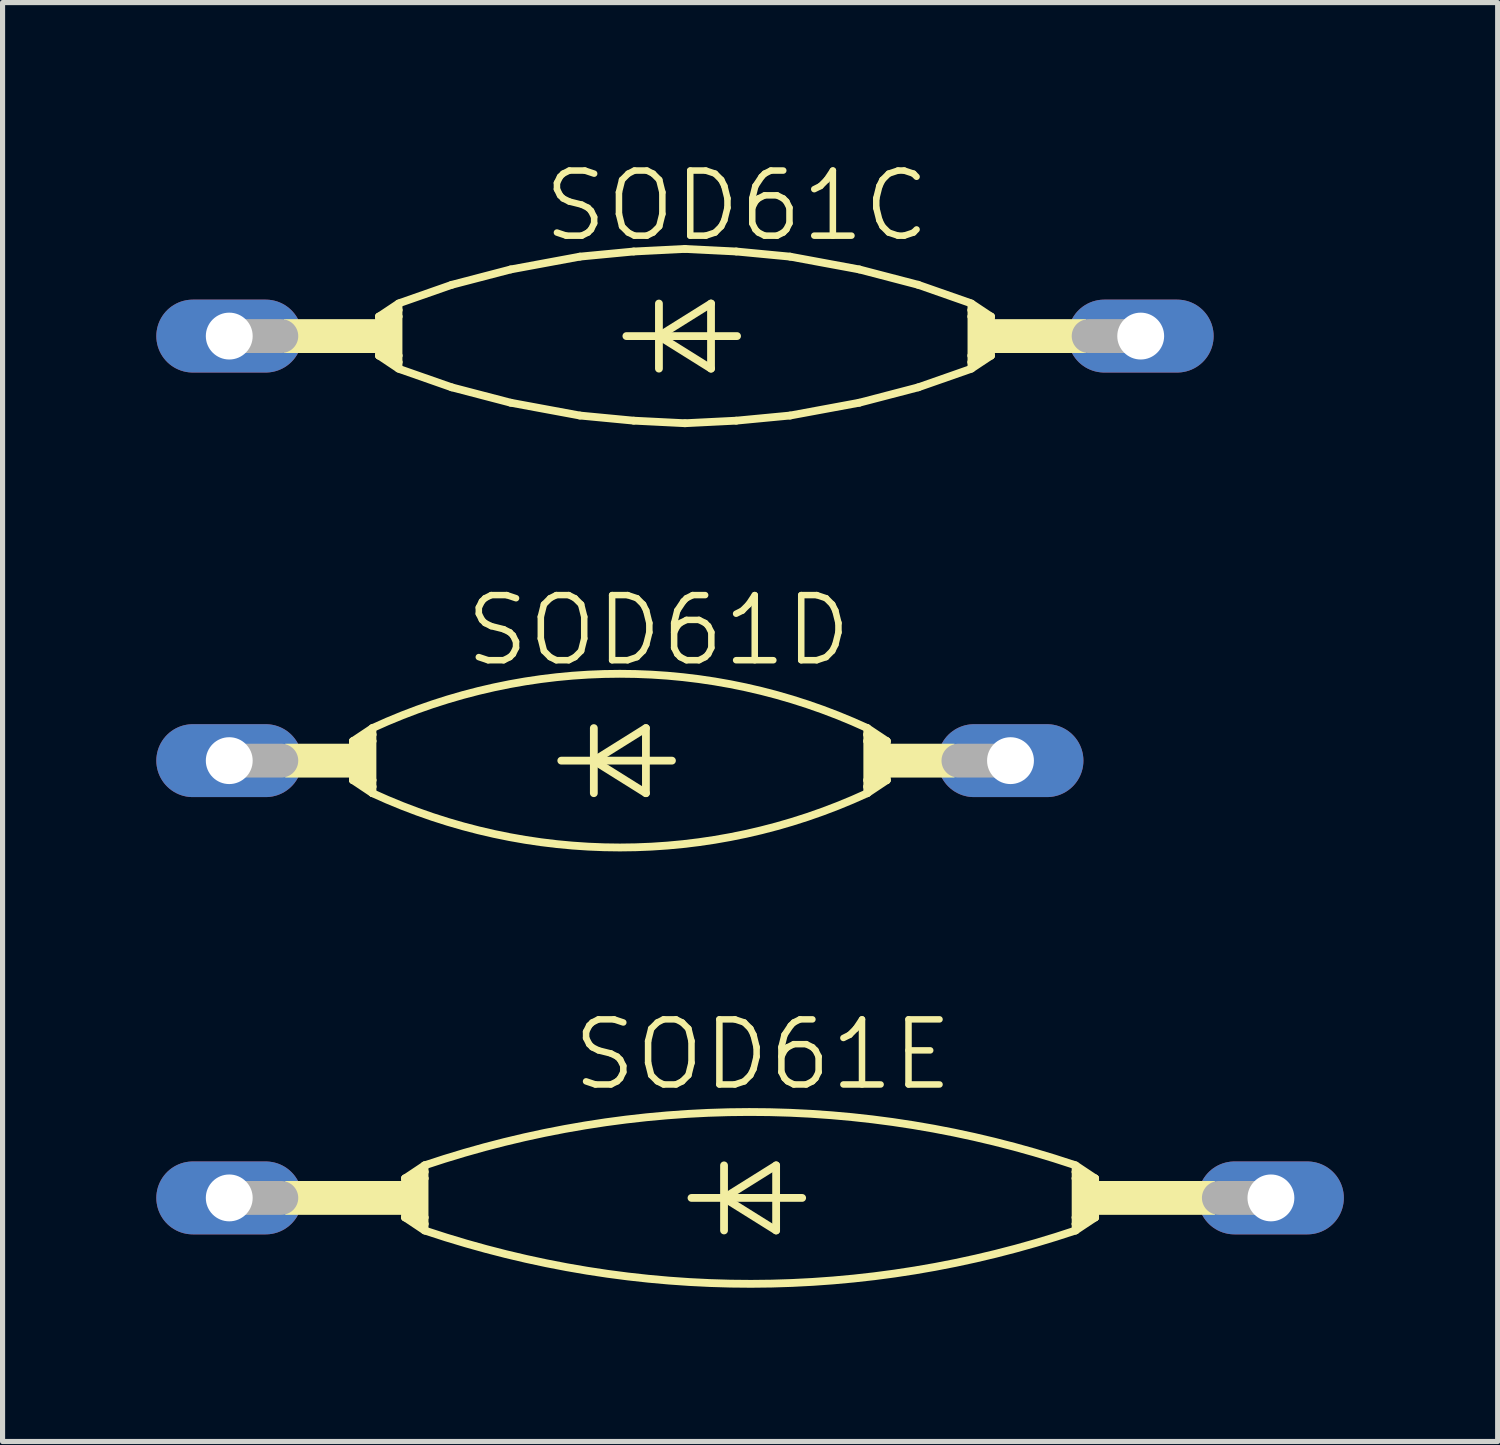
<source format=kicad_pcb>
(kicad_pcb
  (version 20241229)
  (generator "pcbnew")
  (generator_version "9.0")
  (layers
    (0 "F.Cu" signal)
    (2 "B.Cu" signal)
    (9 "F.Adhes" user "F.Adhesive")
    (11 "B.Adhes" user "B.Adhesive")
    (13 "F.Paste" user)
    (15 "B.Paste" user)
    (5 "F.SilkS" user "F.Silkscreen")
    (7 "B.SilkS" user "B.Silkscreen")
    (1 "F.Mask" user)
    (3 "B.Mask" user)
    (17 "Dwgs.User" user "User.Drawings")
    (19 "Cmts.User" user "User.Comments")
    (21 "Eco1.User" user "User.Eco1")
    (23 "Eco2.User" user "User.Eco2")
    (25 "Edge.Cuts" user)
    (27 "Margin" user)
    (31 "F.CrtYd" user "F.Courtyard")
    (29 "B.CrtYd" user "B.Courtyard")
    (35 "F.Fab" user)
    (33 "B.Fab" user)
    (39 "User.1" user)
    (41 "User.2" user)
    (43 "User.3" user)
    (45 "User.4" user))
  (footprint "SOD61C"
    (layer "F.Cu")
    (at 10.312 3.506)
    (property "Reference" "SOD61C" (at 1.01 -2.54 0) (layer "F.SilkS") (effects (font (size 1.27 1.27) (thickness 0.127))))
    (attr through_hole)
    (fp_line (start -5.969 -0.381) (end -5.969 0.381) (stroke (width 0.152) (type solid)) (layer "F.SilkS"))
    (fp_line (start -5.969 -0.381) (end -5.842 -0.381) (stroke (width 0.152) (type solid)) (layer "F.SilkS"))
    (fp_line (start -5.969 0.381) (end -5.842 0.381) (stroke (width 0.152) (type solid)) (layer "F.SilkS"))
    (fp_line (start -5.969 0.381) (end -5.588 0.635) (stroke (width 0.152) (type solid)) (layer "F.SilkS"))
    (fp_line (start -5.842 -0.381) (end -5.588 -0.381) (stroke (width 0.152) (type solid)) (layer "F.SilkS"))
    (fp_line (start -5.842 0.381) (end -5.588 0.381) (stroke (width 0.152) (type solid)) (layer "F.SilkS"))
    (fp_line (start -5.588 -0.635) (end -5.969 -0.381) (stroke (width 0.152) (type solid)) (layer "F.SilkS"))
    (fp_line (start -5.588 -0.635) (end -5.588 -0.508) (stroke (width 0.152) (type solid)) (layer "F.SilkS"))
    (fp_line (start -5.588 -0.508) (end -5.842 -0.381) (stroke (width 0.152) (type solid)) (layer "F.SilkS"))
    (fp_line (start -5.588 -0.508) (end -5.588 -0.381) (stroke (width 0.152) (type solid)) (layer "F.SilkS"))
    (fp_line (start -5.588 -0.381) (end -5.588 0.381) (stroke (width 0.152) (type solid)) (layer "F.SilkS"))
    (fp_line (start -5.588 0.381) (end -5.588 0.508) (stroke (width 0.152) (type solid)) (layer "F.SilkS"))
    (fp_line (start -5.588 0.508) (end -5.842 0.381) (stroke (width 0.152) (type solid)) (layer "F.SilkS"))
    (fp_line (start -5.588 0.508) (end -5.588 0.635) (stroke (width 0.152) (type solid)) (layer "F.SilkS"))
    (fp_line (start -5.55 -0.65) (end -4.55 -1) (stroke (width 0.152) (type solid)) (layer "F.SilkS"))
    (fp_line (start -5.55 0.65) (end -4.55 1) (stroke (width 0.152) (type solid)) (layer "F.SilkS"))
    (fp_line (start -4.55 -1) (end -3.4 -1.3) (stroke (width 0.152) (type solid)) (layer "F.SilkS"))
    (fp_line (start -4.55 1) (end -3.4 1.3) (stroke (width 0.152) (type solid)) (layer "F.SilkS"))
    (fp_line (start -3.4 -1.3) (end -2.05 -1.55) (stroke (width 0.152) (type solid)) (layer "F.SilkS"))
    (fp_line (start -3.4 1.3) (end -2.05 1.55) (stroke (width 0.152) (type solid)) (layer "F.SilkS"))
    (fp_line (start -2.05 -1.55) (end -1 -1.65) (stroke (width 0.152) (type solid)) (layer "F.SilkS"))
    (fp_line (start -2.05 1.55) (end -1 1.65) (stroke (width 0.152) (type solid)) (layer "F.SilkS"))
    (fp_line (start -1.143 0) (end -0.508 0) (stroke (width 0.152) (type solid)) (layer "F.SilkS"))
    (fp_line (start -1 -1.65) (end 0 -1.7) (stroke (width 0.152) (type solid)) (layer "F.SilkS"))
    (fp_line (start -1 1.65) (end 0 1.7) (stroke (width 0.152) (type solid)) (layer "F.SilkS"))
    (fp_line (start -0.508 -0.635) (end -0.508 0) (stroke (width 0.152) (type solid)) (layer "F.SilkS"))
    (fp_line (start -0.508 0) (end -0.508 0.635) (stroke (width 0.152) (type solid)) (layer "F.SilkS"))
    (fp_line (start -0.508 0) (end 0.508 -0.635) (stroke (width 0.152) (type solid)) (layer "F.SilkS"))
    (fp_line (start -0.508 0) (end 1.016 0) (stroke (width 0.152) (type solid)) (layer "F.SilkS"))
    (fp_line (start 0.508 -0.635) (end 0.508 0.635) (stroke (width 0.152) (type solid)) (layer "F.SilkS"))
    (fp_line (start 0.508 0.635) (end -0.508 0) (stroke (width 0.152) (type solid)) (layer "F.SilkS"))
    (fp_line (start 1 -1.65) (end 0 -1.7) (stroke (width 0.152) (type solid)) (layer "F.SilkS"))
    (fp_line (start 1 1.65) (end 0 1.7) (stroke (width 0.152) (type solid)) (layer "F.SilkS"))
    (fp_line (start 2.05 -1.55) (end 1 -1.65) (stroke (width 0.152) (type solid)) (layer "F.SilkS"))
    (fp_line (start 2.05 1.55) (end 1 1.65) (stroke (width 0.152) (type solid)) (layer "F.SilkS"))
    (fp_line (start 3.4 -1.3) (end 2.05 -1.55) (stroke (width 0.152) (type solid)) (layer "F.SilkS"))
    (fp_line (start 3.4 1.3) (end 2.05 1.55) (stroke (width 0.152) (type solid)) (layer "F.SilkS"))
    (fp_line (start 4.55 -1) (end 3.4 -1.3) (stroke (width 0.152) (type solid)) (layer "F.SilkS"))
    (fp_line (start 4.55 1) (end 3.4 1.3) (stroke (width 0.152) (type solid)) (layer "F.SilkS"))
    (fp_line (start 5.55 -0.65) (end 4.55 -1) (stroke (width 0.152) (type solid)) (layer "F.SilkS"))
    (fp_line (start 5.55 0.65) (end 4.55 1) (stroke (width 0.152) (type solid)) (layer "F.SilkS"))
    (fp_line (start 5.588 -0.635) (end 5.969 -0.381) (stroke (width 0.152) (type solid)) (layer "F.SilkS"))
    (fp_line (start 5.588 -0.508) (end 5.588 -0.635) (stroke (width 0.152) (type solid)) (layer "F.SilkS"))
    (fp_line (start 5.588 -0.508) (end 5.842 -0.381) (stroke (width 0.152) (type solid)) (layer "F.SilkS"))
    (fp_line (start 5.588 -0.381) (end 5.588 -0.508) (stroke (width 0.152) (type solid)) (layer "F.SilkS"))
    (fp_line (start 5.588 0.381) (end 5.588 -0.381) (stroke (width 0.152) (type solid)) (layer "F.SilkS"))
    (fp_line (start 5.588 0.508) (end 5.588 0.381) (stroke (width 0.152) (type solid)) (layer "F.SilkS"))
    (fp_line (start 5.588 0.508) (end 5.842 0.381) (stroke (width 0.152) (type solid)) (layer "F.SilkS"))
    (fp_line (start 5.588 0.635) (end 5.588 0.508) (stroke (width 0.152) (type solid)) (layer "F.SilkS"))
    (fp_line (start 5.588 0.635) (end 5.969 0.381) (stroke (width 0.152) (type solid)) (layer "F.SilkS"))
    (fp_line (start 5.842 -0.381) (end 5.588 -0.381) (stroke (width 0.152) (type solid)) (layer "F.SilkS"))
    (fp_line (start 5.842 0.381) (end 5.588 0.381) (stroke (width 0.152) (type solid)) (layer "F.SilkS"))
    (fp_line (start 5.969 -0.381) (end 5.842 -0.381) (stroke (width 0.152) (type solid)) (layer "F.SilkS"))
    (fp_line (start 5.969 -0.381) (end 5.969 0.381) (stroke (width 0.152) (type solid)) (layer "F.SilkS"))
    (fp_line (start 5.969 0.381) (end 5.842 0.381) (stroke (width 0.152) (type solid)) (layer "F.SilkS"))
    (fp_poly (pts (xy -7.823 -0.33) (xy -5.969 -0.33) (xy -5.969 0.33) (xy -7.823 0.33)) (stroke (width 0) (type solid)) (fill yes) (layer "F.SilkS"))
    (fp_poly (pts (xy -5.969 -0.381) (xy -5.588 -0.381) (xy -5.588 0.381) (xy -5.969 0.381)) (stroke (width 0) (type solid)) (fill yes) (layer "F.SilkS"))
    (fp_poly (pts (xy 5.588 -0.381) (xy 5.969 -0.381) (xy 5.969 0.381) (xy 5.588 0.381)) (stroke (width 0) (type solid)) (fill yes) (layer "F.SilkS"))
    (fp_poly (pts (xy 5.969 -0.33) (xy 7.823 -0.33) (xy 7.823 0.33) (xy 5.969 0.33)) (stroke (width 0) (type solid)) (fill yes) (layer "F.SilkS"))
    (fp_line (start -8.89 0) (end -7.874 0) (stroke (width 0.66) (type solid)) (layer "F.Fab"))
    (fp_line (start 8.89 0) (end 7.874 0) (stroke (width 0.66) (type solid)) (layer "F.Fab"))
    (pad "A" thru_hole oval (at 8.89 0) (size 2.845 1.422) (drill 0.914) (layers "*.Cu" "*.Mask"))
    (pad "C" thru_hole oval (at -8.89 0) (size 2.845 1.422) (drill 0.914) (layers "*.Cu" "*.Mask")))
  (footprint "SOD61E"
    (layer "F.Cu")
    (at 11.582 20.318)
    (property "Reference" "SOD61E" (at 0.248 -2.794 0) (layer "F.SilkS") (effects (font (size 1.27 1.27) (thickness 0.127))))
    (attr through_hole)
    (fp_line (start -6.731 -0.381) (end -6.731 0.381) (stroke (width 0.152) (type solid)) (layer "F.SilkS"))
    (fp_line (start -6.731 -0.381) (end -6.604 -0.381) (stroke (width 0.152) (type solid)) (layer "F.SilkS"))
    (fp_line (start -6.731 0.381) (end -6.604 0.381) (stroke (width 0.152) (type solid)) (layer "F.SilkS"))
    (fp_line (start -6.731 0.381) (end -6.35 0.635) (stroke (width 0.152) (type solid)) (layer "F.SilkS"))
    (fp_line (start -6.604 -0.381) (end -6.35 -0.381) (stroke (width 0.152) (type solid)) (layer "F.SilkS"))
    (fp_line (start -6.604 0.381) (end -6.35 0.381) (stroke (width 0.152) (type solid)) (layer "F.SilkS"))
    (fp_line (start -6.35 -0.635) (end -6.731 -0.381) (stroke (width 0.152) (type solid)) (layer "F.SilkS"))
    (fp_line (start -6.35 -0.635) (end -6.35 -0.508) (stroke (width 0.152) (type solid)) (layer "F.SilkS"))
    (fp_line (start -6.35 -0.508) (end -6.604 -0.381) (stroke (width 0.152) (type solid)) (layer "F.SilkS"))
    (fp_line (start -6.35 -0.508) (end -6.35 -0.381) (stroke (width 0.152) (type solid)) (layer "F.SilkS"))
    (fp_line (start -6.35 -0.381) (end -6.35 0.381) (stroke (width 0.152) (type solid)) (layer "F.SilkS"))
    (fp_line (start -6.35 0.381) (end -6.35 0.508) (stroke (width 0.152) (type solid)) (layer "F.SilkS"))
    (fp_line (start -6.35 0.508) (end -6.604 0.381) (stroke (width 0.152) (type solid)) (layer "F.SilkS"))
    (fp_line (start -6.35 0.508) (end -6.35 0.635) (stroke (width 0.152) (type solid)) (layer "F.SilkS"))
    (fp_line (start -1.143 0) (end -0.508 0) (stroke (width 0.152) (type solid)) (layer "F.SilkS"))
    (fp_line (start -0.508 -0.635) (end -0.508 0) (stroke (width 0.152) (type solid)) (layer "F.SilkS"))
    (fp_line (start -0.508 0) (end -0.508 0.635) (stroke (width 0.152) (type solid)) (layer "F.SilkS"))
    (fp_line (start -0.508 0) (end 0.508 -0.635) (stroke (width 0.152) (type solid)) (layer "F.SilkS"))
    (fp_line (start -0.508 0) (end 1.016 0) (stroke (width 0.152) (type solid)) (layer "F.SilkS"))
    (fp_line (start 0.508 -0.635) (end 0.508 0.635) (stroke (width 0.152) (type solid)) (layer "F.SilkS"))
    (fp_line (start 0.508 0.635) (end -0.508 0) (stroke (width 0.152) (type solid)) (layer "F.SilkS"))
    (fp_line (start 6.35 -0.635) (end 6.731 -0.381) (stroke (width 0.152) (type solid)) (layer "F.SilkS"))
    (fp_line (start 6.35 -0.508) (end 6.35 -0.635) (stroke (width 0.152) (type solid)) (layer "F.SilkS"))
    (fp_line (start 6.35 -0.508) (end 6.604 -0.381) (stroke (width 0.152) (type solid)) (layer "F.SilkS"))
    (fp_line (start 6.35 -0.381) (end 6.35 -0.508) (stroke (width 0.152) (type solid)) (layer "F.SilkS"))
    (fp_line (start 6.35 0.381) (end 6.35 -0.381) (stroke (width 0.152) (type solid)) (layer "F.SilkS"))
    (fp_line (start 6.35 0.508) (end 6.35 0.381) (stroke (width 0.152) (type solid)) (layer "F.SilkS"))
    (fp_line (start 6.35 0.508) (end 6.604 0.381) (stroke (width 0.152) (type solid)) (layer "F.SilkS"))
    (fp_line (start 6.35 0.635) (end 6.35 0.508) (stroke (width 0.152) (type solid)) (layer "F.SilkS"))
    (fp_line (start 6.35 0.635) (end 6.731 0.381) (stroke (width 0.152) (type solid)) (layer "F.SilkS"))
    (fp_line (start 6.604 -0.381) (end 6.35 -0.381) (stroke (width 0.152) (type solid)) (layer "F.SilkS"))
    (fp_line (start 6.604 0.381) (end 6.35 0.381) (stroke (width 0.152) (type solid)) (layer "F.SilkS"))
    (fp_line (start 6.731 -0.381) (end 6.604 -0.381) (stroke (width 0.152) (type solid)) (layer "F.SilkS"))
    (fp_line (start 6.731 -0.381) (end 6.731 0.381) (stroke (width 0.152) (type solid)) (layer "F.SilkS"))
    (fp_line (start 6.731 0.381) (end 6.604 0.381) (stroke (width 0.152) (type solid)) (layer "F.SilkS"))
    (fp_arc (start -6.35 -0.635) (mid -0.017883 -1.675992) (end 6.316098 -0.646401) (stroke (width 0.1524) (type solid)) (layer "F.SilkS"))
    (fp_arc (start 6.349998 0.635001) (mid 0.017881 1.675993) (end -6.3161 0.6464) (stroke (width 0.1524) (type solid)) (layer "F.SilkS"))
    (fp_poly (pts (xy -9.068 -0.33) (xy -6.731 -0.33) (xy -6.731 0.33) (xy -9.068 0.33)) (stroke (width 0) (type solid)) (fill yes) (layer "F.SilkS"))
    (fp_poly (pts (xy -6.731 -0.381) (xy -6.35 -0.381) (xy -6.35 0.381) (xy -6.731 0.381)) (stroke (width 0) (type solid)) (fill yes) (layer "F.SilkS"))
    (fp_poly (pts (xy 6.35 -0.381) (xy 6.731 -0.381) (xy 6.731 0.381) (xy 6.35 0.381)) (stroke (width 0) (type solid)) (fill yes) (layer "F.SilkS"))
    (fp_poly (pts (xy 6.731 -0.33) (xy 9.068 -0.33) (xy 9.068 0.33) (xy 6.731 0.33)) (stroke (width 0) (type solid)) (fill yes) (layer "F.SilkS"))
    (fp_line (start -10.16 0) (end -9.144 0) (stroke (width 0.66) (type solid)) (layer "F.Fab"))
    (fp_line (start 10.16 0) (end 9.144 0) (stroke (width 0.66) (type solid)) (layer "F.Fab"))
    (pad "A" thru_hole oval (at 10.16 0) (size 2.845 1.422) (drill 0.914) (layers "*.Cu" "*.Mask"))
    (pad "C" thru_hole oval (at -10.16 0) (size 2.845 1.422) (drill 0.914) (layers "*.Cu" "*.Mask")))
  (footprint "SOD61D"
    (layer "F.Cu")
    (at 9.042 11.788)
    (property "Reference" "SOD61D" (at 0.756 -2.54 0) (layer "F.SilkS") (effects (font (size 1.27 1.27) (thickness 0.127))))
    (attr through_hole)
    (fp_line (start -5.207 -0.381) (end -5.207 0.381) (stroke (width 0.152) (type solid)) (layer "F.SilkS"))
    (fp_line (start -5.207 -0.381) (end -5.08 -0.381) (stroke (width 0.152) (type solid)) (layer "F.SilkS"))
    (fp_line (start -5.207 0.381) (end -5.08 0.381) (stroke (width 0.152) (type solid)) (layer "F.SilkS"))
    (fp_line (start -5.207 0.381) (end -4.826 0.635) (stroke (width 0.152) (type solid)) (layer "F.SilkS"))
    (fp_line (start -5.08 -0.381) (end -4.826 -0.381) (stroke (width 0.152) (type solid)) (layer "F.SilkS"))
    (fp_line (start -5.08 0.381) (end -4.826 0.381) (stroke (width 0.152) (type solid)) (layer "F.SilkS"))
    (fp_line (start -4.826 -0.635) (end -5.207 -0.381) (stroke (width 0.152) (type solid)) (layer "F.SilkS"))
    (fp_line (start -4.826 -0.635) (end -4.826 -0.508) (stroke (width 0.152) (type solid)) (layer "F.SilkS"))
    (fp_line (start -4.826 -0.508) (end -5.08 -0.381) (stroke (width 0.152) (type solid)) (layer "F.SilkS"))
    (fp_line (start -4.826 -0.508) (end -4.826 -0.381) (stroke (width 0.152) (type solid)) (layer "F.SilkS"))
    (fp_line (start -4.826 -0.381) (end -4.826 0.381) (stroke (width 0.152) (type solid)) (layer "F.SilkS"))
    (fp_line (start -4.826 0.381) (end -4.826 0.508) (stroke (width 0.152) (type solid)) (layer "F.SilkS"))
    (fp_line (start -4.826 0.508) (end -5.08 0.381) (stroke (width 0.152) (type solid)) (layer "F.SilkS"))
    (fp_line (start -4.826 0.508) (end -4.826 0.635) (stroke (width 0.152) (type solid)) (layer "F.SilkS"))
    (fp_line (start -1.143 0) (end -0.508 0) (stroke (width 0.152) (type solid)) (layer "F.SilkS"))
    (fp_line (start -0.508 -0.635) (end -0.508 0) (stroke (width 0.152) (type solid)) (layer "F.SilkS"))
    (fp_line (start -0.508 0) (end -0.508 0.635) (stroke (width 0.152) (type solid)) (layer "F.SilkS"))
    (fp_line (start -0.508 0) (end 0.508 -0.635) (stroke (width 0.152) (type solid)) (layer "F.SilkS"))
    (fp_line (start -0.508 0) (end 1.016 0) (stroke (width 0.152) (type solid)) (layer "F.SilkS"))
    (fp_line (start 0.508 -0.635) (end 0.508 0.635) (stroke (width 0.152) (type solid)) (layer "F.SilkS"))
    (fp_line (start 0.508 0.635) (end -0.508 0) (stroke (width 0.152) (type solid)) (layer "F.SilkS"))
    (fp_line (start 4.826 -0.635) (end 5.207 -0.381) (stroke (width 0.152) (type solid)) (layer "F.SilkS"))
    (fp_line (start 4.826 -0.508) (end 4.826 -0.635) (stroke (width 0.152) (type solid)) (layer "F.SilkS"))
    (fp_line (start 4.826 -0.508) (end 5.08 -0.381) (stroke (width 0.152) (type solid)) (layer "F.SilkS"))
    (fp_line (start 4.826 -0.381) (end 4.826 -0.508) (stroke (width 0.152) (type solid)) (layer "F.SilkS"))
    (fp_line (start 4.826 0.381) (end 4.826 -0.381) (stroke (width 0.152) (type solid)) (layer "F.SilkS"))
    (fp_line (start 4.826 0.508) (end 4.826 0.381) (stroke (width 0.152) (type solid)) (layer "F.SilkS"))
    (fp_line (start 4.826 0.508) (end 5.08 0.381) (stroke (width 0.152) (type solid)) (layer "F.SilkS"))
    (fp_line (start 4.826 0.635) (end 4.826 0.508) (stroke (width 0.152) (type solid)) (layer "F.SilkS"))
    (fp_line (start 4.826 0.635) (end 5.207 0.381) (stroke (width 0.152) (type solid)) (layer "F.SilkS"))
    (fp_line (start 5.08 -0.381) (end 4.826 -0.381) (stroke (width 0.152) (type solid)) (layer "F.SilkS"))
    (fp_line (start 5.08 0.381) (end 4.826 0.381) (stroke (width 0.152) (type solid)) (layer "F.SilkS"))
    (fp_line (start 5.207 -0.381) (end 5.08 -0.381) (stroke (width 0.152) (type solid)) (layer "F.SilkS"))
    (fp_line (start 5.207 -0.381) (end 5.207 0.381) (stroke (width 0.152) (type solid)) (layer "F.SilkS"))
    (fp_line (start 5.207 0.381) (end 5.08 0.381) (stroke (width 0.152) (type solid)) (layer "F.SilkS"))
    (fp_arc (start -4.826 -0.635) (mid -0.000333 -1.694199) (end 4.8254 -0.6353) (stroke (width 0.1524) (type solid)) (layer "F.SilkS"))
    (fp_arc (start 4.826001 0.635) (mid 0.000333 1.6942) (end -4.8254 0.6353) (stroke (width 0.1524) (type solid)) (layer "F.SilkS"))
    (fp_poly (pts (xy -6.528 -0.33) (xy -5.207 -0.33) (xy -5.207 0.33) (xy -6.528 0.33)) (stroke (width 0) (type solid)) (fill yes) (layer "F.SilkS"))
    (fp_poly (pts (xy -5.207 -0.381) (xy -4.826 -0.381) (xy -4.826 0.381) (xy -5.207 0.381)) (stroke (width 0) (type solid)) (fill yes) (layer "F.SilkS"))
    (fp_poly (pts (xy 4.826 -0.381) (xy 5.207 -0.381) (xy 5.207 0.381) (xy 4.826 0.381)) (stroke (width 0) (type solid)) (fill yes) (layer "F.SilkS"))
    (fp_poly (pts (xy 5.207 -0.33) (xy 6.528 -0.33) (xy 6.528 0.33) (xy 5.207 0.33)) (stroke (width 0) (type solid)) (fill yes) (layer "F.SilkS"))
    (fp_line (start -7.62 0) (end -6.604 0) (stroke (width 0.66) (type solid)) (layer "F.Fab"))
    (fp_line (start 7.62 0) (end 6.604 0) (stroke (width 0.66) (type solid)) (layer "F.Fab"))
    (pad "A" thru_hole oval (at 7.62 0) (size 2.845 1.422) (drill 0.914) (layers "*.Cu" "*.Mask"))
    (pad "C" thru_hole oval (at -7.62 0) (size 2.845 1.422) (drill 0.914) (layers "*.Cu" "*.Mask")))
  (gr_rect
    (start -3 -3)
    (end 26.165 25.07)
    (stroke (width 0.1) (type default))
    (fill no)
    (layer "Edge.Cuts")))
</source>
